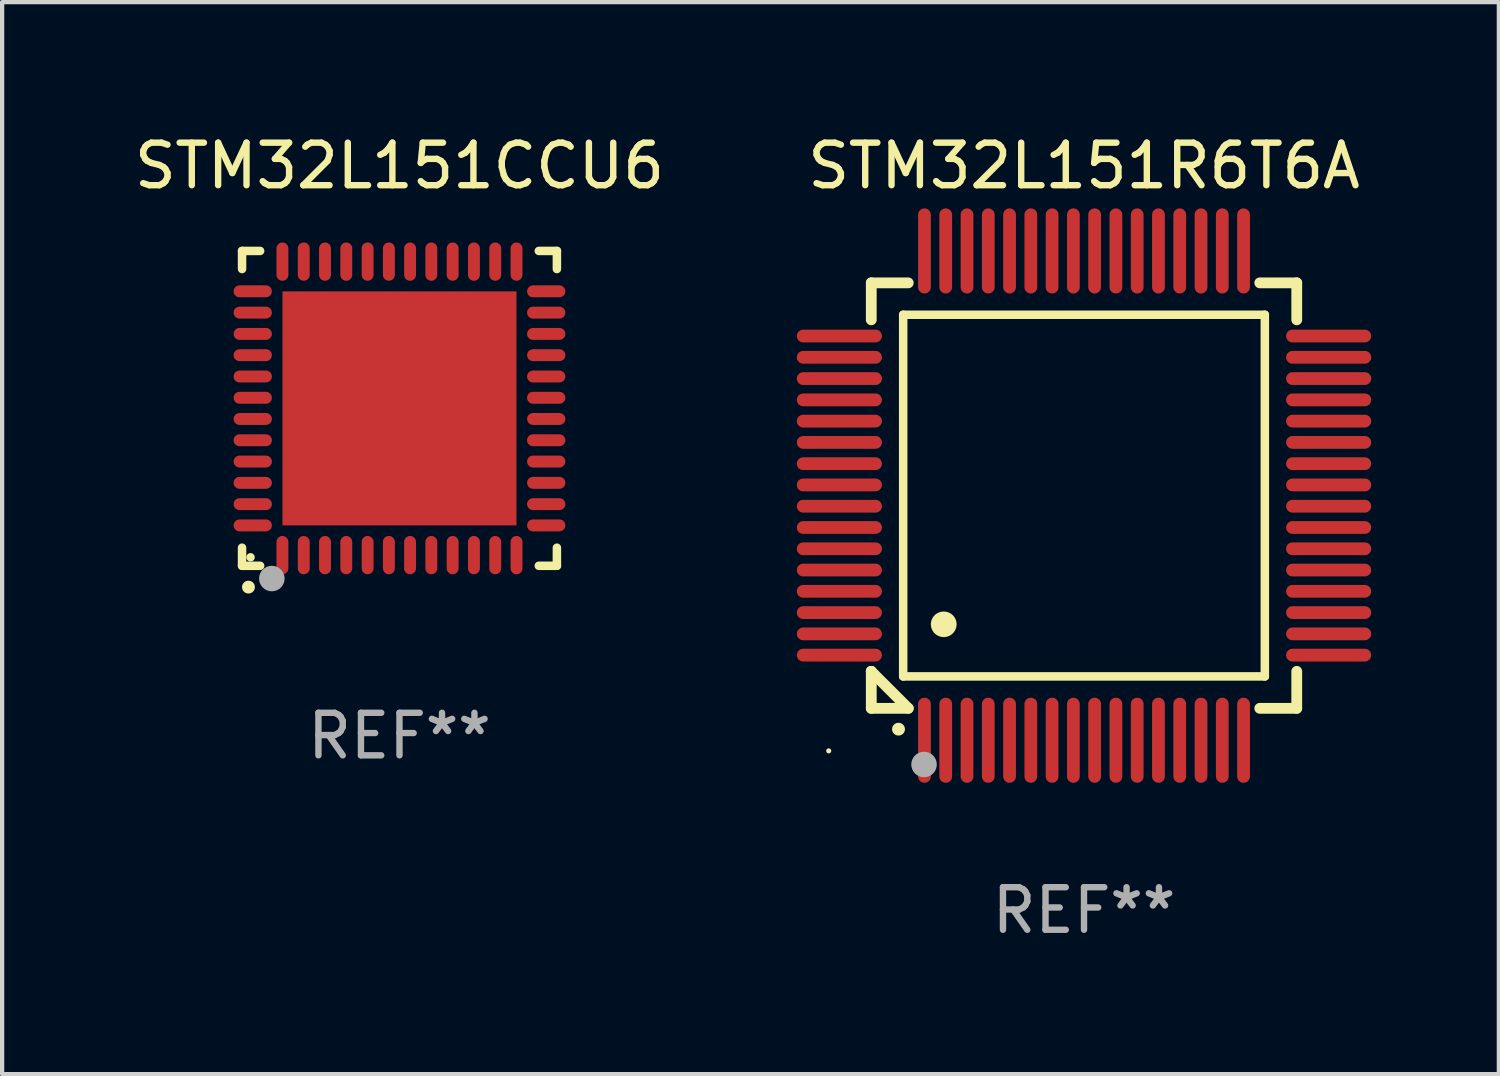
<source format=kicad_pcb>
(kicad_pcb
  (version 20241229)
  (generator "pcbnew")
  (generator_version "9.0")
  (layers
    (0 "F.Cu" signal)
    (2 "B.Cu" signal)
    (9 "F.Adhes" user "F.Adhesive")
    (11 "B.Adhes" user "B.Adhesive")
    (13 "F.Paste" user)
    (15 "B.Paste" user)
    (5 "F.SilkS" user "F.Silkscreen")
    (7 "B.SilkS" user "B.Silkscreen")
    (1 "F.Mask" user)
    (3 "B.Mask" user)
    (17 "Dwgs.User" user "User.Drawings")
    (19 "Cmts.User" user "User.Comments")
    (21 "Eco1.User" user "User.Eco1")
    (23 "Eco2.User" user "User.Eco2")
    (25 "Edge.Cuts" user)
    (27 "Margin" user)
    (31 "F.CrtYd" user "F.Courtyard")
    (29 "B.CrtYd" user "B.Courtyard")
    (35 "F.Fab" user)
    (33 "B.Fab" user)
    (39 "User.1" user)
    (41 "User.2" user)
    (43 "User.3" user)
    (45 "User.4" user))
  (footprint "STM32L151R6T6A"
    (layer "F.Cu")
    (at 22.428 8.598)
    (property "Reference" "STM32L151R6T6A" (at 0 -7.75 0) (layer "F.SilkS") (effects (font (size 1 1) (thickness 0.15))))
    (attr through_hole)
    (fp_line (start -5 -5) (end -4.131 -5) (stroke (width 0.254) (type solid)) (layer "F.SilkS"))
    (fp_line (start -5 -4.131) (end -5 -5) (stroke (width 0.254) (type solid)) (layer "F.SilkS"))
    (fp_line (start -5 4.131) (end -5 4.131) (stroke (width 0.254) (type solid)) (layer "F.SilkS"))
    (fp_line (start -5 5) (end -5 4.131) (stroke (width 0.254) (type solid)) (layer "F.SilkS"))
    (fp_line (start -5 4.131) (end -4.131 5) (stroke (width 0.254) (type solid)) (layer "F.SilkS"))
    (fp_line (start -4.25 -4.25) (end -4.25 4.25) (stroke (width 0.2) (type solid)) (layer "F.SilkS"))
    (fp_line (start -4.25 4.25) (end 4.25 4.25) (stroke (width 0.2) (type solid)) (layer "F.SilkS"))
    (fp_line (start -4.131 5) (end -5 5) (stroke (width 0.254) (type solid)) (layer "F.SilkS"))
    (fp_line (start 4.25 -4.25) (end -4.25 -4.25) (stroke (width 0.2) (type solid)) (layer "F.SilkS"))
    (fp_line (start 4.25 4.25) (end 4.25 -4.25) (stroke (width 0.2) (type solid)) (layer "F.SilkS"))
    (fp_line (start 5 -5) (end 4.131 -5) (stroke (width 0.254) (type solid)) (layer "F.SilkS"))
    (fp_line (start 5 -5) (end 5 -4.131) (stroke (width 0.254) (type solid)) (layer "F.SilkS"))
    (fp_line (start 5 4.131) (end 5 5) (stroke (width 0.254) (type solid)) (layer "F.SilkS"))
    (fp_line (start 5 5) (end 4.131 5) (stroke (width 0.254) (type solid)) (layer "F.SilkS"))
    (fp_arc (start -4.361265 5.489992) (mid -4.359995 5.489987) (end -4.358725 5.489992) (stroke (width 0.3) (type solid)) (layer "F.SilkS"))
    (fp_arc (start -3.299467 3.025146) (mid -3.296927 3.025135) (end -3.294387 3.025146) (stroke (width 0.6) (type solid)) (layer "F.SilkS"))
    (fp_circle (center -6 6) (end -5.97 6) (stroke (width 0.06) (type solid)) (fill no) (layer "F.SilkS"))
    (fp_circle (center -3.76 6.32) (end -3.61 6.32) (stroke (width 0.3) (type solid)) (fill no) (layer "F.Fab"))
    (fp_text user "REF**" (at 0 9.75 0) (layer "F.Fab") (effects (font (size 1 1) (thickness 0.15))))
    (pad "1" smd oval (at -3.75 5.75) (size 0.3 2) (layers "F.Cu" "F.Mask" "F.Paste"))
    (pad "2" smd oval (at -3.25 5.75) (size 0.3 2) (layers "F.Cu" "F.Mask" "F.Paste"))
    (pad "3" smd oval (at -2.75 5.75) (size 0.3 2) (layers "F.Cu" "F.Mask" "F.Paste"))
    (pad "4" smd oval (at -2.25 5.75) (size 0.3 2) (layers "F.Cu" "F.Mask" "F.Paste"))
    (pad "5" smd oval (at -1.75 5.75) (size 0.3 2) (layers "F.Cu" "F.Mask" "F.Paste"))
    (pad "6" smd oval (at -1.25 5.75) (size 0.3 2) (layers "F.Cu" "F.Mask" "F.Paste"))
    (pad "7" smd oval (at -0.75 5.75) (size 0.3 2) (layers "F.Cu" "F.Mask" "F.Paste"))
    (pad "8" smd oval (at -0.25 5.75) (size 0.3 2) (layers "F.Cu" "F.Mask" "F.Paste"))
    (pad "9" smd oval (at 0.25 5.75) (size 0.3 2) (layers "F.Cu" "F.Mask" "F.Paste"))
    (pad "10" smd oval (at 0.75 5.75) (size 0.3 2) (layers "F.Cu" "F.Mask" "F.Paste"))
    (pad "11" smd oval (at 1.25 5.75) (size 0.3 2) (layers "F.Cu" "F.Mask" "F.Paste"))
    (pad "12" smd oval (at 1.75 5.75) (size 0.3 2) (layers "F.Cu" "F.Mask" "F.Paste"))
    (pad "13" smd oval (at 2.25 5.75) (size 0.3 2) (layers "F.Cu" "F.Mask" "F.Paste"))
    (pad "14" smd oval (at 2.75 5.75) (size 0.3 2) (layers "F.Cu" "F.Mask" "F.Paste"))
    (pad "15" smd oval (at 3.25 5.75) (size 0.3 2) (layers "F.Cu" "F.Mask" "F.Paste"))
    (pad "16" smd oval (at 3.75 5.75) (size 0.3 2) (layers "F.Cu" "F.Mask" "F.Paste"))
    (pad "17" smd oval (at 5.75 3.75) (size 2 0.3) (layers "F.Cu" "F.Mask" "F.Paste"))
    (pad "18" smd oval (at 5.75 3.25) (size 2 0.3) (layers "F.Cu" "F.Mask" "F.Paste"))
    (pad "19" smd oval (at 5.75 2.75) (size 2 0.3) (layers "F.Cu" "F.Mask" "F.Paste"))
    (pad "20" smd oval (at 5.75 2.25) (size 2 0.3) (layers "F.Cu" "F.Mask" "F.Paste"))
    (pad "21" smd oval (at 5.75 1.75) (size 2 0.3) (layers "F.Cu" "F.Mask" "F.Paste"))
    (pad "22" smd oval (at 5.75 1.25) (size 2 0.3) (layers "F.Cu" "F.Mask" "F.Paste"))
    (pad "23" smd oval (at 5.75 0.75) (size 2 0.3) (layers "F.Cu" "F.Mask" "F.Paste"))
    (pad "24" smd oval (at 5.75 0.25) (size 2 0.3) (layers "F.Cu" "F.Mask" "F.Paste"))
    (pad "25" smd oval (at 5.75 -0.25) (size 2 0.3) (layers "F.Cu" "F.Mask" "F.Paste"))
    (pad "26" smd oval (at 5.75 -0.75) (size 2 0.3) (layers "F.Cu" "F.Mask" "F.Paste"))
    (pad "27" smd oval (at 5.75 -1.25) (size 2 0.3) (layers "F.Cu" "F.Mask" "F.Paste"))
    (pad "28" smd oval (at 5.75 -1.75) (size 2 0.3) (layers "F.Cu" "F.Mask" "F.Paste"))
    (pad "29" smd oval (at 5.75 -2.25) (size 2 0.3) (layers "F.Cu" "F.Mask" "F.Paste"))
    (pad "30" smd oval (at 5.75 -2.75) (size 2 0.3) (layers "F.Cu" "F.Mask" "F.Paste"))
    (pad "31" smd oval (at 5.75 -3.25) (size 2 0.3) (layers "F.Cu" "F.Mask" "F.Paste"))
    (pad "32" smd oval (at 5.75 -3.75) (size 2 0.3) (layers "F.Cu" "F.Mask" "F.Paste"))
    (pad "33" smd oval (at 3.75 -5.75) (size 0.3 2) (layers "F.Cu" "F.Mask" "F.Paste"))
    (pad "34" smd oval (at 3.25 -5.75) (size 0.3 2) (layers "F.Cu" "F.Mask" "F.Paste"))
    (pad "35" smd oval (at 2.75 -5.75) (size 0.3 2) (layers "F.Cu" "F.Mask" "F.Paste"))
    (pad "36" smd oval (at 2.25 -5.75) (size 0.3 2) (layers "F.Cu" "F.Mask" "F.Paste"))
    (pad "37" smd oval (at 1.75 -5.75) (size 0.3 2) (layers "F.Cu" "F.Mask" "F.Paste"))
    (pad "38" smd oval (at 1.25 -5.75) (size 0.3 2) (layers "F.Cu" "F.Mask" "F.Paste"))
    (pad "39" smd oval (at 0.75 -5.75) (size 0.3 2) (layers "F.Cu" "F.Mask" "F.Paste"))
    (pad "40" smd oval (at 0.25 -5.75) (size 0.3 2) (layers "F.Cu" "F.Mask" "F.Paste"))
    (pad "41" smd oval (at -0.25 -5.75) (size 0.3 2) (layers "F.Cu" "F.Mask" "F.Paste"))
    (pad "42" smd oval (at -0.75 -5.75) (size 0.3 2) (layers "F.Cu" "F.Mask" "F.Paste"))
    (pad "43" smd oval (at -1.25 -5.75) (size 0.3 2) (layers "F.Cu" "F.Mask" "F.Paste"))
    (pad "44" smd oval (at -1.75 -5.75) (size 0.3 2) (layers "F.Cu" "F.Mask" "F.Paste"))
    (pad "45" smd oval (at -2.25 -5.75) (size 0.3 2) (layers "F.Cu" "F.Mask" "F.Paste"))
    (pad "46" smd oval (at -2.75 -5.75) (size 0.3 2) (layers "F.Cu" "F.Mask" "F.Paste"))
    (pad "47" smd oval (at -3.25 -5.75) (size 0.3 2) (layers "F.Cu" "F.Mask" "F.Paste"))
    (pad "48" smd oval (at -3.75 -5.75) (size 0.3 2) (layers "F.Cu" "F.Mask" "F.Paste"))
    (pad "49" smd oval (at -5.75 -3.75) (size 2 0.3) (layers "F.Cu" "F.Mask" "F.Paste"))
    (pad "50" smd oval (at -5.75 -3.25) (size 2 0.3) (layers "F.Cu" "F.Mask" "F.Paste"))
    (pad "51" smd oval (at -5.75 -2.75) (size 2 0.3) (layers "F.Cu" "F.Mask" "F.Paste"))
    (pad "52" smd oval (at -5.75 -2.25) (size 2 0.3) (layers "F.Cu" "F.Mask" "F.Paste"))
    (pad "53" smd oval (at -5.75 -1.75) (size 2 0.3) (layers "F.Cu" "F.Mask" "F.Paste"))
    (pad "54" smd oval (at -5.75 -1.25) (size 2 0.3) (layers "F.Cu" "F.Mask" "F.Paste"))
    (pad "55" smd oval (at -5.75 -0.75) (size 2 0.3) (layers "F.Cu" "F.Mask" "F.Paste"))
    (pad "56" smd oval (at -5.75 -0.25) (size 2 0.3) (layers "F.Cu" "F.Mask" "F.Paste"))
    (pad "57" smd oval (at -5.75 0.25) (size 2 0.3) (layers "F.Cu" "F.Mask" "F.Paste"))
    (pad "58" smd oval (at -5.75 0.75) (size 2 0.3) (layers "F.Cu" "F.Mask" "F.Paste"))
    (pad "59" smd oval (at -5.75 1.25) (size 2 0.3) (layers "F.Cu" "F.Mask" "F.Paste"))
    (pad "60" smd oval (at -5.75 1.75) (size 2 0.3) (layers "F.Cu" "F.Mask" "F.Paste"))
    (pad "61" smd oval (at -5.75 2.25) (size 2 0.3) (layers "F.Cu" "F.Mask" "F.Paste"))
    (pad "62" smd oval (at -5.75 2.75) (size 2 0.3) (layers "F.Cu" "F.Mask" "F.Paste"))
    (pad "63" smd oval (at -5.75 3.25) (size 2 0.3) (layers "F.Cu" "F.Mask" "F.Paste"))
    (pad "64" smd oval (at -5.75 3.75) (size 2 0.3) (layers "F.Cu" "F.Mask" "F.Paste")))
  (footprint "STM32L151CCU6"
    (layer "F.Cu")
    (at 6.339 6.548)
    (property "Reference" "STM32L151CCU6" (at 0 -5.7 0) (layer "F.SilkS") (effects (font (size 1 1) (thickness 0.15))))
    (attr through_hole)
    (fp_line (start -3.7 -3.7) (end -3.275 -3.7) (stroke (width 0.2) (type solid)) (layer "F.SilkS"))
    (fp_line (start -3.7 -3.275) (end -3.7 -3.7) (stroke (width 0.2) (type solid)) (layer "F.SilkS"))
    (fp_line (start -3.7 3.7) (end -3.7 3.275) (stroke (width 0.2) (type solid)) (layer "F.SilkS"))
    (fp_line (start -3.275 3.7) (end -3.7 3.7) (stroke (width 0.2) (type solid)) (layer "F.SilkS"))
    (fp_line (start 3.7 -3.7) (end 3.275 -3.7) (stroke (width 0.2) (type solid)) (layer "F.SilkS"))
    (fp_line (start 3.7 -3.275) (end 3.7 -3.7) (stroke (width 0.2) (type solid)) (layer "F.SilkS"))
    (fp_line (start 3.7 3.275) (end 3.7 3.7) (stroke (width 0.2) (type solid)) (layer "F.SilkS"))
    (fp_line (start 3.7 3.7) (end 3.275 3.7) (stroke (width 0.2) (type solid)) (layer "F.SilkS"))
    (fp_arc (start -3.550927 4.201168) (mid -3.549657 4.201163) (end -3.548387 4.201168) (stroke (width 0.3) (type solid)) (layer "F.SilkS"))
    (fp_circle (center -3.5 3.5) (end -3.45 3.5) (stroke (width 0.1) (type solid)) (fill no) (layer "F.SilkS"))
    (fp_circle (center -3 4) (end -2.85 4) (stroke (width 0.3) (type solid)) (fill no) (layer "F.Fab"))
    (fp_text user "REF**" (at 0 7.7 0) (layer "F.Fab") (effects (font (size 1 1) (thickness 0.15))))
    (pad "1" smd oval (at -2.751 3.449) (size 0.28 0.9) (layers "F.Cu" "F.Mask" "F.Paste"))
    (pad "2" smd oval (at -2.25 3.449) (size 0.28 0.9) (layers "F.Cu" "F.Mask" "F.Paste"))
    (pad "3" smd oval (at -1.75 3.449) (size 0.28 0.9) (layers "F.Cu" "F.Mask" "F.Paste"))
    (pad "4" smd oval (at -1.25 3.449) (size 0.28 0.9) (layers "F.Cu" "F.Mask" "F.Paste"))
    (pad "5" smd oval (at -0.749 3.449) (size 0.28 0.9) (layers "F.Cu" "F.Mask" "F.Paste"))
    (pad "6" smd oval (at -0.249 3.449) (size 0.28 0.9) (layers "F.Cu" "F.Mask" "F.Paste"))
    (pad "7" smd oval (at 0.249 3.449) (size 0.28 0.9) (layers "F.Cu" "F.Mask" "F.Paste"))
    (pad "8" smd oval (at 0.749 3.449) (size 0.28 0.9) (layers "F.Cu" "F.Mask" "F.Paste"))
    (pad "9" smd oval (at 1.25 3.449) (size 0.28 0.9) (layers "F.Cu" "F.Mask" "F.Paste"))
    (pad "10" smd oval (at 1.75 3.449) (size 0.28 0.9) (layers "F.Cu" "F.Mask" "F.Paste"))
    (pad "11" smd oval (at 2.251 3.449) (size 0.28 0.9) (layers "F.Cu" "F.Mask" "F.Paste"))
    (pad "12" smd oval (at 2.751 3.449) (size 0.28 0.9) (layers "F.Cu" "F.Mask" "F.Paste"))
    (pad "13" smd oval (at 3.449 2.751) (size 0.9 0.28) (layers "F.Cu" "F.Mask" "F.Paste"))
    (pad "14" smd oval (at 3.449 2.251) (size 0.9 0.28) (layers "F.Cu" "F.Mask" "F.Paste"))
    (pad "15" smd oval (at 3.449 1.75) (size 0.9 0.28) (layers "F.Cu" "F.Mask" "F.Paste"))
    (pad "16" smd oval (at 3.449 1.25) (size 0.9 0.28) (layers "F.Cu" "F.Mask" "F.Paste"))
    (pad "17" smd oval (at 3.449 0.749) (size 0.9 0.28) (layers "F.Cu" "F.Mask" "F.Paste"))
    (pad "18" smd oval (at 3.449 0.249) (size 0.9 0.28) (layers "F.Cu" "F.Mask" "F.Paste"))
    (pad "19" smd oval (at 3.449 -0.249) (size 0.9 0.28) (layers "F.Cu" "F.Mask" "F.Paste"))
    (pad "20" smd oval (at 3.449 -0.749) (size 0.9 0.28) (layers "F.Cu" "F.Mask" "F.Paste"))
    (pad "21" smd oval (at 3.449 -1.25) (size 0.9 0.28) (layers "F.Cu" "F.Mask" "F.Paste"))
    (pad "22" smd oval (at 3.449 -1.75) (size 0.9 0.28) (layers "F.Cu" "F.Mask" "F.Paste"))
    (pad "23" smd oval (at 3.449 -2.25) (size 0.9 0.28) (layers "F.Cu" "F.Mask" "F.Paste"))
    (pad "24" smd oval (at 3.449 -2.751) (size 0.9 0.28) (layers "F.Cu" "F.Mask" "F.Paste"))
    (pad "25" smd oval (at 2.751 -3.449) (size 0.28 0.9) (layers "F.Cu" "F.Mask" "F.Paste"))
    (pad "26" smd oval (at 2.251 -3.449) (size 0.28 0.9) (layers "F.Cu" "F.Mask" "F.Paste"))
    (pad "27" smd oval (at 1.75 -3.449) (size 0.28 0.9) (layers "F.Cu" "F.Mask" "F.Paste"))
    (pad "28" smd oval (at 1.25 -3.449) (size 0.28 0.9) (layers "F.Cu" "F.Mask" "F.Paste"))
    (pad "29" smd oval (at 0.749 -3.449) (size 0.28 0.9) (layers "F.Cu" "F.Mask" "F.Paste"))
    (pad "30" smd oval (at 0.249 -3.449) (size 0.28 0.9) (layers "F.Cu" "F.Mask" "F.Paste"))
    (pad "31" smd oval (at -0.249 -3.449) (size 0.28 0.9) (layers "F.Cu" "F.Mask" "F.Paste"))
    (pad "32" smd oval (at -0.749 -3.449) (size 0.28 0.9) (layers "F.Cu" "F.Mask" "F.Paste"))
    (pad "33" smd oval (at -1.25 -3.449) (size 0.28 0.9) (layers "F.Cu" "F.Mask" "F.Paste"))
    (pad "34" smd oval (at -1.75 -3.449) (size 0.28 0.9) (layers "F.Cu" "F.Mask" "F.Paste"))
    (pad "35" smd oval (at -2.25 -3.449) (size 0.28 0.9) (layers "F.Cu" "F.Mask" "F.Paste"))
    (pad "36" smd oval (at -2.751 -3.449) (size 0.28 0.9) (layers "F.Cu" "F.Mask" "F.Paste"))
    (pad "37" smd oval (at -3.449 -2.751) (size 0.9 0.28) (layers "F.Cu" "F.Mask" "F.Paste"))
    (pad "38" smd oval (at -3.449 -2.25) (size 0.9 0.28) (layers "F.Cu" "F.Mask" "F.Paste"))
    (pad "39" smd oval (at -3.449 -1.75) (size 0.9 0.28) (layers "F.Cu" "F.Mask" "F.Paste"))
    (pad "40" smd oval (at -3.449 -1.25) (size 0.9 0.28) (layers "F.Cu" "F.Mask" "F.Paste"))
    (pad "41" smd oval (at -3.449 -0.749) (size 0.9 0.28) (layers "F.Cu" "F.Mask" "F.Paste"))
    (pad "42" smd oval (at -3.449 -0.249) (size 0.9 0.28) (layers "F.Cu" "F.Mask" "F.Paste"))
    (pad "43" smd oval (at -3.449 0.249) (size 0.9 0.28) (layers "F.Cu" "F.Mask" "F.Paste"))
    (pad "44" smd oval (at -3.449 0.749) (size 0.9 0.28) (layers "F.Cu" "F.Mask" "F.Paste"))
    (pad "45" smd oval (at -3.449 1.25) (size 0.9 0.28) (layers "F.Cu" "F.Mask" "F.Paste"))
    (pad "46" smd oval (at -3.449 1.75) (size 0.9 0.28) (layers "F.Cu" "F.Mask" "F.Paste"))
    (pad "47" smd oval (at -3.449 2.251) (size 0.9 0.28) (layers "F.Cu" "F.Mask" "F.Paste"))
    (pad "48" smd oval (at -3.449 2.751) (size 0.9 0.28) (layers "F.Cu" "F.Mask" "F.Paste"))
    (pad "49" smd rect (at 0.000076 0.000076) (size 5.5 5.5) (layers "F.Cu" "F.Mask" "F.Paste")))
  (gr_rect
    (start -3 -3)
    (end 32.178 22.196)
    (stroke (width 0.1) (type default))
    (fill no)
    (layer "Edge.Cuts")))
</source>
